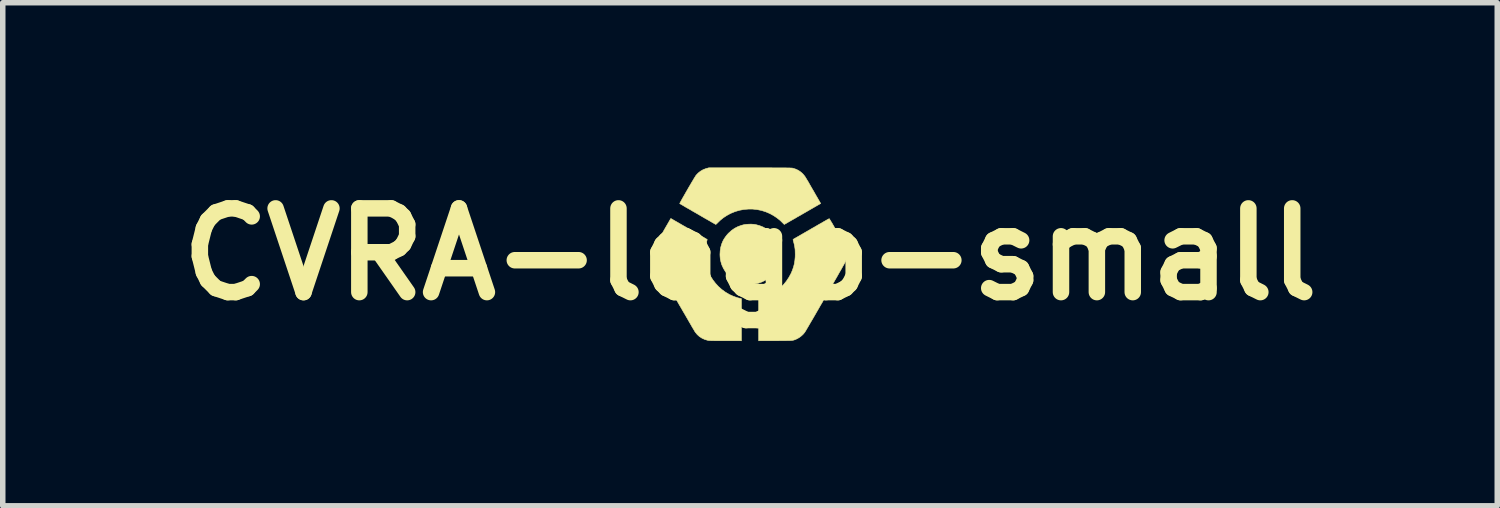
<source format=kicad_pcb>
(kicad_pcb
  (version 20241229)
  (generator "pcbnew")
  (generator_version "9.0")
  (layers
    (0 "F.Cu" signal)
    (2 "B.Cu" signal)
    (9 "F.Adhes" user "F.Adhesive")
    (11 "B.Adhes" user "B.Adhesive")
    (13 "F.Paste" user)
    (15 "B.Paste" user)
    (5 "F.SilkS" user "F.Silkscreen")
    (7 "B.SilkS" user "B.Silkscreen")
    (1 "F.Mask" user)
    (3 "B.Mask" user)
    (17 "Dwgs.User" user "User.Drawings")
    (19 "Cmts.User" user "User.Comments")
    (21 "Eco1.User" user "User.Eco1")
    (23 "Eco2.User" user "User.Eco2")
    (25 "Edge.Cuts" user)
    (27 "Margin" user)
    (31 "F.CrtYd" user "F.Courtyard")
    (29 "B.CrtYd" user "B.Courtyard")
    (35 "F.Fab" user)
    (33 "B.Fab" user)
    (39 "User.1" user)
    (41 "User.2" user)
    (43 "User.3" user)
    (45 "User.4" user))
  (footprint "CVRA-logo-small"
    (layer "F.Cu")
    (at 10.603 1.578)
    (property "Reference" "CVRA-logo-small" (at 0 0 0) (layer "F.SilkS") (effects (font (size 1.524 1.524) (thickness 0.3))))
    (attr through_hole)
    (fp_poly (pts (xy 0.065 -0.545) (xy 0.105 -0.539) (xy 0.109 -0.538) (xy 0.175 -0.52) (xy 0.238 -0.495) (xy 0.296 -0.462) (xy 0.349 -0.423) (xy 0.398 -0.379) (xy 0.44 -0.329) (xy 0.477 -0.273) (xy 0.506 -0.213) (xy 0.524 -0.165) (xy 0.534 -0.132) (xy 0.54 -0.102) (xy 0.545 -0.072) (xy 0.547 -0.04) (xy 0.548 -0.002) (xy 0.548 0.004) (xy 0.547 0.044) (xy 0.544 0.078) (xy 0.539 0.11) (xy 0.531 0.142) (xy 0.521 0.175) (xy 0.495 0.238) (xy 0.463 0.296) (xy 0.424 0.349) (xy 0.379 0.397) (xy 0.329 0.439) (xy 0.274 0.476) (xy 0.214 0.505) (xy 0.151 0.527) (xy 0.109 0.538) (xy 0.075 0.543) (xy 0.036 0.547) (xy -0.003 0.549) (xy -0.04 0.548) (xy -0.064 0.546) (xy -0.13 0.533) (xy -0.194 0.514) (xy -0.254 0.486) (xy -0.31 0.452) (xy -0.361 0.412) (xy -0.408 0.366) (xy -0.449 0.315) (xy -0.483 0.259) (xy -0.511 0.199) (xy -0.518 0.18) (xy -0.532 0.13) (xy -0.542 0.082) (xy -0.546 0.032) (xy -0.547 0) (xy -0.543 -0.065) (xy -0.533 -0.128) (xy -0.515 -0.189) (xy -0.491 -0.246) (xy -0.491 -0.246) (xy -0.471 -0.281) (xy -0.446 -0.318) (xy -0.418 -0.354) (xy -0.389 -0.386) (xy -0.387 -0.387) (xy -0.336 -0.433) (xy -0.28 -0.472) (xy -0.22 -0.503) (xy -0.156 -0.526) (xy -0.11 -0.538) (xy -0.07 -0.544) (xy -0.025 -0.547) (xy 0.021 -0.548) (xy 0.065 -0.545)) (stroke (width 0.01) (type solid)) (fill yes) (layer "F.SilkS"))
    (fp_poly (pts (xy 0.096 -1.573) (xy 0.182 -1.573) (xy 0.26 -1.573) (xy 0.331 -1.573) (xy 0.394 -1.573) (xy 0.452 -1.572) (xy 0.503 -1.572) (xy 0.548 -1.572) (xy 0.588 -1.572) (xy 0.622 -1.572) (xy 0.653 -1.572) (xy 0.678 -1.571) (xy 0.7 -1.571) (xy 0.718 -1.571) (xy 0.734 -1.57) (xy 0.746 -1.57) (xy 0.756 -1.569) (xy 0.764 -1.568) (xy 0.77 -1.568) (xy 0.775 -1.567) (xy 0.78 -1.566) (xy 0.783 -1.565) (xy 0.83 -1.55) (xy 0.871 -1.531) (xy 0.907 -1.509) (xy 0.941 -1.482) (xy 0.947 -1.476) (xy 0.959 -1.465) (xy 0.969 -1.454) (xy 0.978 -1.443) (xy 0.988 -1.431) (xy 0.999 -1.417) (xy 1.01 -1.399) (xy 1.023 -1.378) (xy 1.038 -1.353) (xy 1.057 -1.322) (xy 1.078 -1.285) (xy 1.09 -1.264) (xy 1.111 -1.227) (xy 1.134 -1.187) (xy 1.158 -1.147) (xy 1.181 -1.106) (xy 1.202 -1.069) (xy 1.221 -1.037) (xy 1.226 -1.028) (xy 1.286 -0.924) (xy 0.957 -0.734) (xy 0.909 -0.706) (xy 0.862 -0.68) (xy 0.819 -0.654) (xy 0.778 -0.631) (xy 0.741 -0.61) (xy 0.708 -0.591) (xy 0.68 -0.575) (xy 0.657 -0.561) (xy 0.64 -0.552) (xy 0.629 -0.545) (xy 0.626 -0.543) (xy 0.621 -0.545) (xy 0.613 -0.552) (xy 0.602 -0.563) (xy 0.596 -0.569) (xy 0.547 -0.617) (xy 0.49 -0.662) (xy 0.429 -0.703) (xy 0.364 -0.739) (xy 0.297 -0.768) (xy 0.287 -0.772) (xy 0.209 -0.797) (xy 0.13 -0.813) (xy 0.049 -0.822) (xy -0.032 -0.822) (xy -0.113 -0.815) (xy -0.193 -0.8) (xy -0.271 -0.777) (xy -0.347 -0.746) (xy -0.358 -0.741) (xy -0.424 -0.705) (xy -0.485 -0.665) (xy -0.542 -0.619) (xy -0.584 -0.578) (xy -0.598 -0.564) (xy -0.61 -0.553) (xy -0.619 -0.545) (xy -0.622 -0.542) (xy -0.622 -0.542) (xy -0.626 -0.544) (xy -0.637 -0.55) (xy -0.654 -0.56) (xy -0.677 -0.573) (xy -0.705 -0.589) (xy -0.737 -0.608) (xy -0.774 -0.629) (xy -0.815 -0.652) (xy -0.858 -0.677) (xy -0.904 -0.704) (xy -0.95 -0.731) (xy -0.999 -0.759) (xy -1.045 -0.785) (xy -1.088 -0.811) (xy -1.129 -0.834) (xy -1.166 -0.855) (xy -1.198 -0.874) (xy -1.226 -0.891) (xy -1.249 -0.904) (xy -1.266 -0.914) (xy -1.276 -0.92) (xy -1.28 -0.922) (xy -1.278 -0.927) (xy -1.273 -0.938) (xy -1.264 -0.954) (xy -1.252 -0.976) (xy -1.238 -1.002) (xy -1.221 -1.032) (xy -1.202 -1.065) (xy -1.182 -1.1) (xy -1.161 -1.137) (xy -1.139 -1.175) (xy -1.118 -1.212) (xy -1.096 -1.249) (xy -1.075 -1.285) (xy -1.055 -1.319) (xy -1.036 -1.35) (xy -1.02 -1.378) (xy -1.005 -1.402) (xy -0.993 -1.42) (xy -0.985 -1.434) (xy -0.981 -1.439) (xy -0.944 -1.478) (xy -0.902 -1.511) (xy -0.856 -1.538) (xy -0.806 -1.558) (xy -0.787 -1.563) (xy -0.751 -1.573) (xy 0.002 -1.573) (xy 0.096 -1.573)) (stroke (width 0.01) (type solid)) (fill yes) (layer "F.SilkS"))
    (fp_poly (pts (xy 1.445 -0.644) (xy 1.451 -0.634) (xy 1.461 -0.618) (xy 1.474 -0.596) (xy 1.49 -0.571) (xy 1.507 -0.541) (xy 1.526 -0.508) (xy 1.546 -0.473) (xy 1.567 -0.437) (xy 1.589 -0.4) (xy 1.61 -0.362) (xy 1.631 -0.325) (xy 1.652 -0.29) (xy 1.671 -0.256) (xy 1.688 -0.225) (xy 1.703 -0.198) (xy 1.716 -0.175) (xy 1.726 -0.157) (xy 1.732 -0.144) (xy 1.734 -0.14) (xy 1.75 -0.093) (xy 1.759 -0.042) (xy 1.761 0.01) (xy 1.756 0.062) (xy 1.745 0.112) (xy 1.734 0.14) (xy 1.73 0.147) (xy 1.723 0.161) (xy 1.712 0.181) (xy 1.697 0.207) (xy 1.679 0.239) (xy 1.659 0.275) (xy 1.635 0.316) (xy 1.609 0.362) (xy 1.582 0.41) (xy 1.552 0.462) (xy 1.521 0.516) (xy 1.489 0.572) (xy 1.455 0.631) (xy 1.421 0.69) (xy 1.387 0.75) (xy 1.352 0.81) (xy 1.318 0.87) (xy 1.283 0.929) (xy 1.25 0.987) (xy 1.217 1.044) (xy 1.186 1.098) (xy 1.156 1.15) (xy 1.128 1.198) (xy 1.101 1.243) (xy 1.077 1.285) (xy 1.056 1.321) (xy 1.037 1.353) (xy 1.022 1.379) (xy 1.01 1.399) (xy 1.001 1.413) (xy 0.997 1.42) (xy 0.971 1.452) (xy 0.939 1.483) (xy 0.903 1.511) (xy 0.867 1.533) (xy 0.838 1.547) (xy 0.826 1.552) (xy 0.816 1.556) (xy 0.807 1.559) (xy 0.797 1.562) (xy 0.788 1.565) (xy 0.776 1.567) (xy 0.763 1.569) (xy 0.748 1.57) (xy 0.729 1.571) (xy 0.706 1.572) (xy 0.679 1.572) (xy 0.647 1.573) (xy 0.608 1.573) (xy 0.563 1.573) (xy 0.511 1.574) (xy 0.46 1.574) (xy 0.157 1.575) (xy 0.157 0.81) (xy 0.201 0.799) (xy 0.28 0.775) (xy 0.355 0.743) (xy 0.427 0.705) (xy 0.494 0.659) (xy 0.556 0.608) (xy 0.613 0.55) (xy 0.664 0.487) (xy 0.709 0.419) (xy 0.748 0.347) (xy 0.772 0.29) (xy 0.792 0.231) (xy 0.807 0.173) (xy 0.816 0.114) (xy 0.822 0.051) (xy 0.823 0) (xy 0.822 -0.042) (xy 0.821 -0.079) (xy 0.817 -0.112) (xy 0.812 -0.144) (xy 0.805 -0.179) (xy 0.796 -0.215) (xy 0.791 -0.234) (xy 0.787 -0.25) (xy 0.784 -0.261) (xy 0.783 -0.266) (xy 0.787 -0.27) (xy 0.795 -0.277) (xy 0.805 -0.283) (xy 0.817 -0.29) (xy 0.835 -0.3) (xy 0.855 -0.311) (xy 0.876 -0.324) (xy 0.881 -0.326) (xy 0.903 -0.339) (xy 0.932 -0.356) (xy 0.965 -0.375) (xy 1.003 -0.397) (xy 1.043 -0.42) (xy 1.085 -0.444) (xy 1.127 -0.469) (xy 1.17 -0.493) (xy 1.211 -0.517) (xy 1.25 -0.54) (xy 1.286 -0.56) (xy 1.318 -0.578) (xy 1.344 -0.594) (xy 1.364 -0.605) (xy 1.366 -0.606) (xy 1.388 -0.619) (xy 1.408 -0.63) (xy 1.425 -0.639) (xy 1.436 -0.645) (xy 1.442 -0.648) (xy 1.442 -0.648) (xy 1.445 -0.644)) (stroke (width 0.01) (type solid)) (fill yes) (layer "F.SilkS"))
    (fp_poly (pts (xy -1.438 -0.649) (xy -1.428 -0.643) (xy -1.412 -0.634) (xy -1.39 -0.621) (xy -1.364 -0.606) (xy -1.334 -0.589) (xy -1.301 -0.57) (xy -1.265 -0.549) (xy -1.253 -0.542) (xy -1.21 -0.517) (xy -1.164 -0.491) (xy -1.116 -0.463) (xy -1.069 -0.436) (xy -1.023 -0.41) (xy -0.98 -0.385) (xy -0.943 -0.363) (xy -0.923 -0.352) (xy -0.891 -0.334) (xy -0.862 -0.317) (xy -0.836 -0.302) (xy -0.814 -0.289) (xy -0.797 -0.279) (xy -0.785 -0.272) (xy -0.78 -0.269) (xy -0.78 -0.269) (xy -0.78 -0.265) (xy -0.783 -0.254) (xy -0.787 -0.239) (xy -0.791 -0.224) (xy -0.801 -0.189) (xy -0.808 -0.156) (xy -0.813 -0.123) (xy -0.817 -0.087) (xy -0.819 -0.047) (xy -0.82 -0.023) (xy -0.82 0.037) (xy -0.817 0.091) (xy -0.81 0.142) (xy -0.8 0.193) (xy -0.785 0.247) (xy -0.783 0.252) (xy -0.754 0.328) (xy -0.719 0.4) (xy -0.676 0.468) (xy -0.627 0.531) (xy -0.573 0.59) (xy -0.513 0.643) (xy -0.448 0.69) (xy -0.38 0.731) (xy -0.307 0.764) (xy -0.232 0.791) (xy -0.187 0.802) (xy -0.157 0.809) (xy -0.157 1.575) (xy -0.448 1.574) (xy -0.508 1.574) (xy -0.559 1.574) (xy -0.604 1.574) (xy -0.642 1.574) (xy -0.674 1.573) (xy -0.7 1.573) (xy -0.721 1.572) (xy -0.738 1.571) (xy -0.75 1.57) (xy -0.76 1.569) (xy -0.766 1.568) (xy -0.822 1.552) (xy -0.873 1.529) (xy -0.919 1.5) (xy -0.96 1.463) (xy -0.995 1.421) (xy -1 1.413) (xy -1.005 1.406) (xy -1.013 1.392) (xy -1.025 1.371) (xy -1.041 1.345) (xy -1.06 1.313) (xy -1.081 1.276) (xy -1.105 1.235) (xy -1.131 1.189) (xy -1.159 1.141) (xy -1.189 1.089) (xy -1.221 1.035) (xy -1.253 0.979) (xy -1.287 0.921) (xy -1.321 0.862) (xy -1.355 0.802) (xy -1.389 0.742) (xy -1.424 0.683) (xy -1.457 0.624) (xy -1.49 0.567) (xy -1.522 0.511) (xy -1.553 0.457) (xy -1.582 0.407) (xy -1.609 0.359) (xy -1.635 0.315) (xy -1.657 0.275) (xy -1.677 0.24) (xy -1.694 0.21) (xy -1.708 0.185) (xy -1.719 0.167) (xy -1.725 0.155) (xy -1.727 0.15) (xy -1.741 0.119) (xy -1.75 0.09) (xy -1.755 0.06) (xy -1.758 0.027) (xy -1.759 -0.004) (xy -1.758 -0.03) (xy -1.757 -0.049) (xy -1.755 -0.066) (xy -1.752 -0.081) (xy -1.747 -0.098) (xy -1.747 -0.099) (xy -1.74 -0.119) (xy -1.732 -0.14) (xy -1.724 -0.158) (xy -1.723 -0.162) (xy -1.719 -0.168) (xy -1.712 -0.181) (xy -1.702 -0.199) (xy -1.688 -0.222) (xy -1.673 -0.25) (xy -1.655 -0.28) (xy -1.636 -0.314) (xy -1.616 -0.349) (xy -1.595 -0.385) (xy -1.574 -0.422) (xy -1.553 -0.459) (xy -1.533 -0.494) (xy -1.513 -0.528) (xy -1.495 -0.559) (xy -1.479 -0.587) (xy -1.466 -0.61) (xy -1.455 -0.629) (xy -1.447 -0.643) (xy -1.443 -0.65) (xy -1.442 -0.65) (xy -1.438 -0.649)) (stroke (width 0.01) (type solid)) (fill yes) (layer "F.SilkS")))
  (gr_rect
    (start -3 -3)
    (end 24.205 6.158)
    (stroke (width 0.1) (type default))
    (fill no)
    (layer "Edge.Cuts")))
</source>
